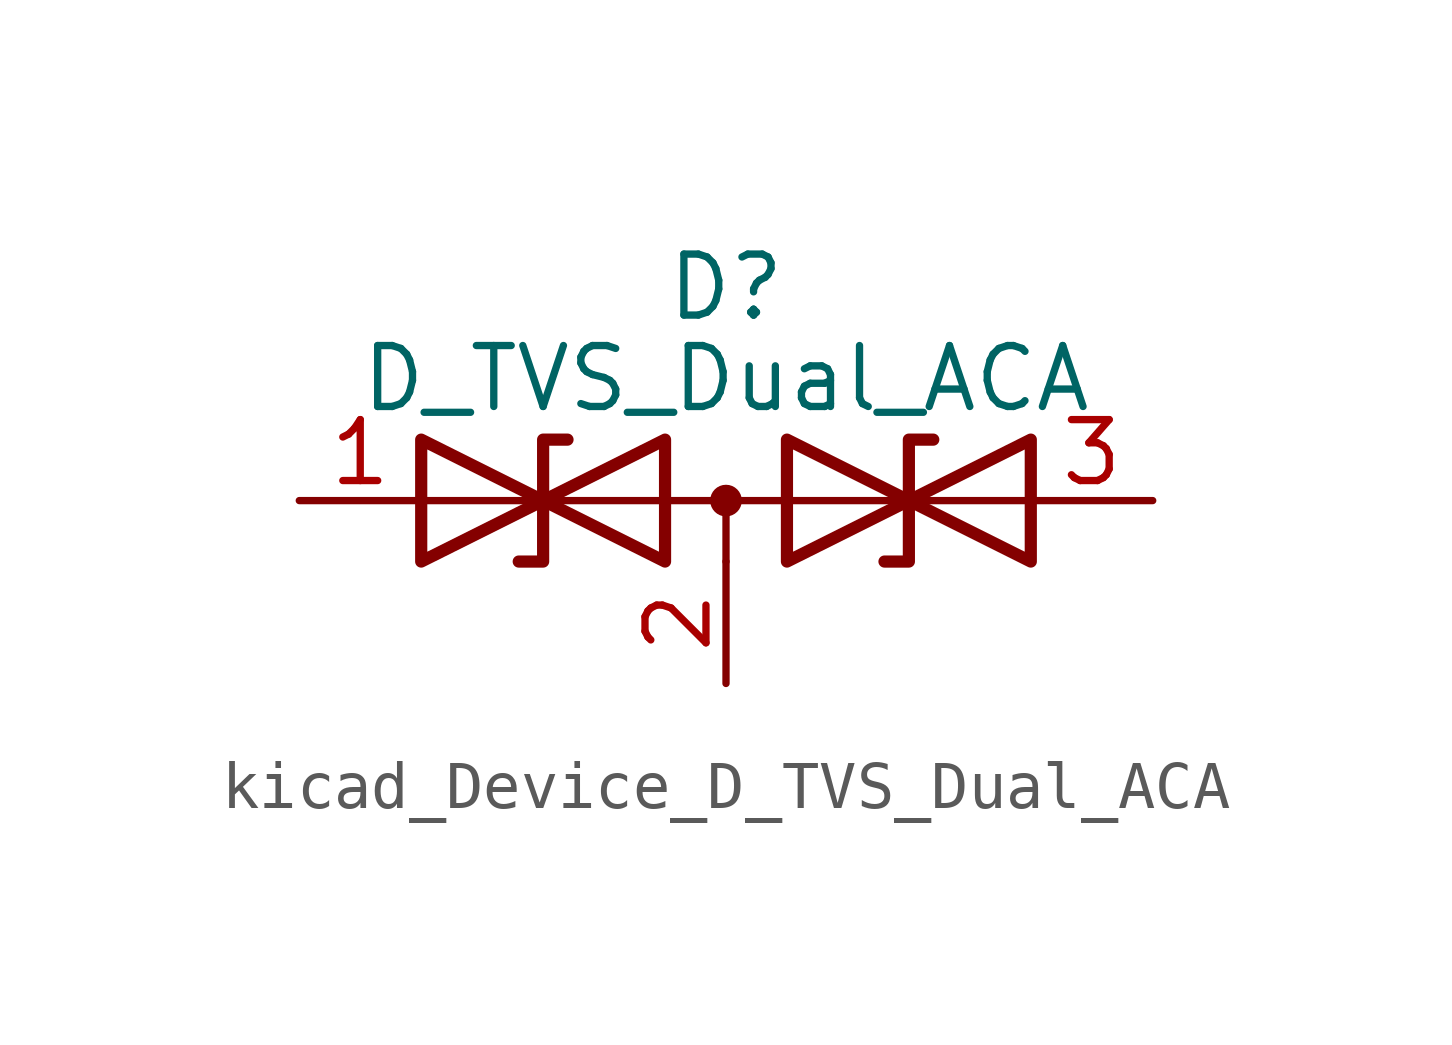
<source format=kicad_sym>
(kicad_symbol_lib
  (version 20220914)
  (generator kicad_symbol_editor)
  (symbol "kicad_Device_D_TVS_Dual_ACA"
    (pin_names
      (offset 1.016) hide)
    (property "Reference" "D"
      (at 0 4.445 0)
      (effects (font (size 1.27 1.27))))
    (property "Value" "D_TVS_Dual_ACA"
      (at 0 2.54 0)
      (effects (font (size 1.27 1.27))))
    (symbol "kicad_Device_D_TVS_Dual_ACA_0_0"
      (polyline (pts (xy -6.35 -1.27) (xy -1.27 1.27) (xy -1.27 -1.27) (xy -6.35 1.27) (xy -6.35 -1.27)) (stroke (width 0.254) (type default)) (fill (type none)))
      (polyline (pts (xy 1.27 1.27) (xy 1.27 -1.27) (xy 6.35 1.27) (xy 6.35 -1.27) (xy 1.27 1.27)) (stroke (width 0.254) (type default)) (fill (type none))))
    (symbol "kicad_Device_D_TVS_Dual_ACA_0_1"
      (polyline (pts (xy -6.35 0) (xy 6.35 0)) (stroke (width 0) (type default)) (fill (type none)))
      (polyline (pts (xy 0 0) (xy 0 -1.27)) (stroke (width 0) (type default)) (fill (type none)))
      (polyline (pts (xy -3.302 1.27) (xy -3.81 1.27) (xy -3.81 -1.27) (xy -4.318 -1.27)) (stroke (width 0.254) (type default)) (fill (type none)))
      (polyline (pts (xy 4.318 1.27) (xy 3.81 1.27) (xy 3.81 -1.27) (xy 3.302 -1.27)) (stroke (width 0.254) (type default)) (fill (type none)))
      (circle (center 0 0) (radius 0.254) (stroke (width 0) (type default)) (fill (type outline))))
    (symbol "kicad_Device_D_TVS_Dual_ACA_1_1"
      (pin passive line (at -8.89 0 0) (length 2.54) (name "A1" (effects (font (size 1.27 1.27)))) (number "1" (effects (font (size 1.27 1.27)))))
      (pin input line (at 0 -3.81 90) (length 2.54) (name "common" (effects (font (size 1.27 1.27)))) (number "2" (effects (font (size 1.27 1.27)))))
      (pin passive line (at 8.89 0 180) (length 2.54) (name "A2" (effects (font (size 1.27 1.27)))) (number "3" (effects (font (size 1.27 1.27))))))))
</source>
